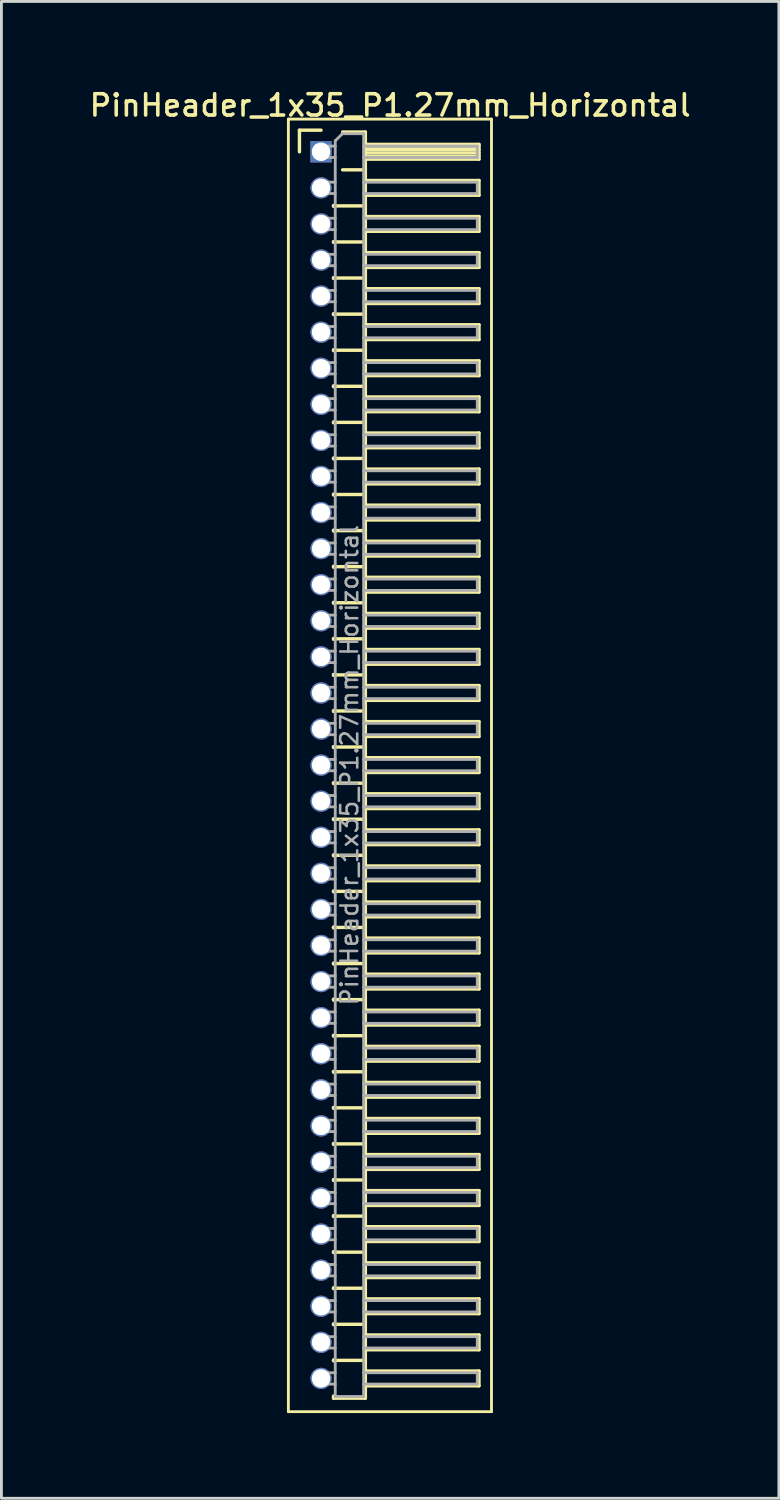
<source format=kicad_pcb>
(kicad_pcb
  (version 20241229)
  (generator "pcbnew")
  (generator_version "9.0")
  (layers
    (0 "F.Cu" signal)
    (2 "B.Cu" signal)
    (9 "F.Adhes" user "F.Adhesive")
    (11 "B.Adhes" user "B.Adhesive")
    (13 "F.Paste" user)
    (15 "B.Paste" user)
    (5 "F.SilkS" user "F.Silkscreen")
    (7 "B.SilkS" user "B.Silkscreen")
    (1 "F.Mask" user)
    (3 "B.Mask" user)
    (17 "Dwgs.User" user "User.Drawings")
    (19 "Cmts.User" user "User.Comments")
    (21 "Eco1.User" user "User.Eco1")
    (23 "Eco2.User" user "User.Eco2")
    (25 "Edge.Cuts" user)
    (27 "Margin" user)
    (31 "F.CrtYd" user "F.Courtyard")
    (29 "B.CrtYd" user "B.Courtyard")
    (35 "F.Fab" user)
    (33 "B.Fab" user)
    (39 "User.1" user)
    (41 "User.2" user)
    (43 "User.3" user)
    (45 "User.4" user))
  (footprint "PinHeader_1x35_P1.27mm_Horizontal"
    (layer "F.Cu")
    (at 8.251 2.293)
    (property "Reference" "PinHeader_1x35_P1.27mm_Horizontal" (at 2.433 -1.635 0) (layer "F.SilkS") (effects (font (size 0.75 0.75) (thickness 0.125))))
    (attr through_hole)
    (fp_line (start -1.15 -1.15) (end -1.15 44.35) (stroke (width 0.1) (type solid)) (layer "F.SilkS"))
    (fp_line (start -1.15 44.35) (end 6 44.35) (stroke (width 0.1) (type solid)) (layer "F.SilkS"))
    (fp_line (start -0.76 -0.76) (end 0 -0.76) (stroke (width 0.12) (type solid)) (layer "F.SilkS"))
    (fp_line (start -0.76 0) (end -0.76 -0.76) (stroke (width 0.12) (type solid)) (layer "F.SilkS"))
    (fp_line (start 0.44 1.89) (end 0.44 1.92) (stroke (width 0.12) (type solid)) (layer "F.SilkS"))
    (fp_line (start 0.44 1.905) (end 1.56 1.905) (stroke (width 0.12) (type solid)) (layer "F.SilkS"))
    (fp_line (start 0.44 3.16) (end 0.44 3.19) (stroke (width 0.12) (type solid)) (layer "F.SilkS"))
    (fp_line (start 0.44 3.175) (end 1.56 3.175) (stroke (width 0.12) (type solid)) (layer "F.SilkS"))
    (fp_line (start 0.44 4.43) (end 0.44 4.46) (stroke (width 0.12) (type solid)) (layer "F.SilkS"))
    (fp_line (start 0.44 4.445) (end 1.56 4.445) (stroke (width 0.12) (type solid)) (layer "F.SilkS"))
    (fp_line (start 0.44 5.7) (end 0.44 5.73) (stroke (width 0.12) (type solid)) (layer "F.SilkS"))
    (fp_line (start 0.44 5.715) (end 1.56 5.715) (stroke (width 0.12) (type solid)) (layer "F.SilkS"))
    (fp_line (start 0.44 6.97) (end 0.44 7) (stroke (width 0.12) (type solid)) (layer "F.SilkS"))
    (fp_line (start 0.44 6.985) (end 1.56 6.985) (stroke (width 0.12) (type solid)) (layer "F.SilkS"))
    (fp_line (start 0.44 8.24) (end 0.44 8.27) (stroke (width 0.12) (type solid)) (layer "F.SilkS"))
    (fp_line (start 0.44 8.255) (end 1.56 8.255) (stroke (width 0.12) (type solid)) (layer "F.SilkS"))
    (fp_line (start 0.44 9.51) (end 0.44 9.54) (stroke (width 0.12) (type solid)) (layer "F.SilkS"))
    (fp_line (start 0.44 9.525) (end 1.56 9.525) (stroke (width 0.12) (type solid)) (layer "F.SilkS"))
    (fp_line (start 0.44 10.78) (end 0.44 10.81) (stroke (width 0.12) (type solid)) (layer "F.SilkS"))
    (fp_line (start 0.44 10.795) (end 1.56 10.795) (stroke (width 0.12) (type solid)) (layer "F.SilkS"))
    (fp_line (start 0.44 12.05) (end 0.44 12.08) (stroke (width 0.12) (type solid)) (layer "F.SilkS"))
    (fp_line (start 0.44 12.065) (end 1.56 12.065) (stroke (width 0.12) (type solid)) (layer "F.SilkS"))
    (fp_line (start 0.44 13.32) (end 0.44 13.35) (stroke (width 0.12) (type solid)) (layer "F.SilkS"))
    (fp_line (start 0.44 13.335) (end 1.56 13.335) (stroke (width 0.12) (type solid)) (layer "F.SilkS"))
    (fp_line (start 0.44 14.59) (end 0.44 14.62) (stroke (width 0.12) (type solid)) (layer "F.SilkS"))
    (fp_line (start 0.44 14.605) (end 1.56 14.605) (stroke (width 0.12) (type solid)) (layer "F.SilkS"))
    (fp_line (start 0.44 15.86) (end 0.44 15.89) (stroke (width 0.12) (type solid)) (layer "F.SilkS"))
    (fp_line (start 0.44 15.875) (end 1.56 15.875) (stroke (width 0.12) (type solid)) (layer "F.SilkS"))
    (fp_line (start 0.44 17.13) (end 0.44 17.16) (stroke (width 0.12) (type solid)) (layer "F.SilkS"))
    (fp_line (start 0.44 17.145) (end 1.56 17.145) (stroke (width 0.12) (type solid)) (layer "F.SilkS"))
    (fp_line (start 0.44 18.4) (end 0.44 18.43) (stroke (width 0.12) (type solid)) (layer "F.SilkS"))
    (fp_line (start 0.44 18.415) (end 1.56 18.415) (stroke (width 0.12) (type solid)) (layer "F.SilkS"))
    (fp_line (start 0.44 19.67) (end 0.44 19.7) (stroke (width 0.12) (type solid)) (layer "F.SilkS"))
    (fp_line (start 0.44 19.685) (end 1.56 19.685) (stroke (width 0.12) (type solid)) (layer "F.SilkS"))
    (fp_line (start 0.44 20.94) (end 0.44 20.97) (stroke (width 0.12) (type solid)) (layer "F.SilkS"))
    (fp_line (start 0.44 20.955) (end 1.56 20.955) (stroke (width 0.12) (type solid)) (layer "F.SilkS"))
    (fp_line (start 0.44 22.21) (end 0.44 22.24) (stroke (width 0.12) (type solid)) (layer "F.SilkS"))
    (fp_line (start 0.44 22.225) (end 1.56 22.225) (stroke (width 0.12) (type solid)) (layer "F.SilkS"))
    (fp_line (start 0.44 23.48) (end 0.44 23.51) (stroke (width 0.12) (type solid)) (layer "F.SilkS"))
    (fp_line (start 0.44 23.495) (end 1.56 23.495) (stroke (width 0.12) (type solid)) (layer "F.SilkS"))
    (fp_line (start 0.44 24.75) (end 0.44 24.78) (stroke (width 0.12) (type solid)) (layer "F.SilkS"))
    (fp_line (start 0.44 24.765) (end 1.56 24.765) (stroke (width 0.12) (type solid)) (layer "F.SilkS"))
    (fp_line (start 0.44 26.02) (end 0.44 26.05) (stroke (width 0.12) (type solid)) (layer "F.SilkS"))
    (fp_line (start 0.44 26.035) (end 1.56 26.035) (stroke (width 0.12) (type solid)) (layer "F.SilkS"))
    (fp_line (start 0.44 27.29) (end 0.44 27.32) (stroke (width 0.12) (type solid)) (layer "F.SilkS"))
    (fp_line (start 0.44 27.305) (end 1.56 27.305) (stroke (width 0.12) (type solid)) (layer "F.SilkS"))
    (fp_line (start 0.44 28.56) (end 0.44 28.59) (stroke (width 0.12) (type solid)) (layer "F.SilkS"))
    (fp_line (start 0.44 28.575) (end 1.56 28.575) (stroke (width 0.12) (type solid)) (layer "F.SilkS"))
    (fp_line (start 0.44 29.83) (end 0.44 29.86) (stroke (width 0.12) (type solid)) (layer "F.SilkS"))
    (fp_line (start 0.44 29.845) (end 1.56 29.845) (stroke (width 0.12) (type solid)) (layer "F.SilkS"))
    (fp_line (start 0.44 31.1) (end 0.44 31.13) (stroke (width 0.12) (type solid)) (layer "F.SilkS"))
    (fp_line (start 0.44 31.115) (end 1.56 31.115) (stroke (width 0.12) (type solid)) (layer "F.SilkS"))
    (fp_line (start 0.44 32.37) (end 0.44 32.4) (stroke (width 0.12) (type solid)) (layer "F.SilkS"))
    (fp_line (start 0.44 32.385) (end 1.56 32.385) (stroke (width 0.12) (type solid)) (layer "F.SilkS"))
    (fp_line (start 0.44 33.64) (end 0.44 33.67) (stroke (width 0.12) (type solid)) (layer "F.SilkS"))
    (fp_line (start 0.44 33.655) (end 1.56 33.655) (stroke (width 0.12) (type solid)) (layer "F.SilkS"))
    (fp_line (start 0.44 34.91) (end 0.44 34.94) (stroke (width 0.12) (type solid)) (layer "F.SilkS"))
    (fp_line (start 0.44 34.925) (end 1.56 34.925) (stroke (width 0.12) (type solid)) (layer "F.SilkS"))
    (fp_line (start 0.44 36.18) (end 0.44 36.21) (stroke (width 0.12) (type solid)) (layer "F.SilkS"))
    (fp_line (start 0.44 36.195) (end 1.56 36.195) (stroke (width 0.12) (type solid)) (layer "F.SilkS"))
    (fp_line (start 0.44 37.45) (end 0.44 37.48) (stroke (width 0.12) (type solid)) (layer "F.SilkS"))
    (fp_line (start 0.44 37.465) (end 1.56 37.465) (stroke (width 0.12) (type solid)) (layer "F.SilkS"))
    (fp_line (start 0.44 38.72) (end 0.44 38.75) (stroke (width 0.12) (type solid)) (layer "F.SilkS"))
    (fp_line (start 0.44 38.735) (end 1.56 38.735) (stroke (width 0.12) (type solid)) (layer "F.SilkS"))
    (fp_line (start 0.44 39.99) (end 0.44 40.02) (stroke (width 0.12) (type solid)) (layer "F.SilkS"))
    (fp_line (start 0.44 40.005) (end 1.56 40.005) (stroke (width 0.12) (type solid)) (layer "F.SilkS"))
    (fp_line (start 0.44 41.26) (end 0.44 41.29) (stroke (width 0.12) (type solid)) (layer "F.SilkS"))
    (fp_line (start 0.44 41.275) (end 1.56 41.275) (stroke (width 0.12) (type solid)) (layer "F.SilkS"))
    (fp_line (start 0.44 42.53) (end 0.44 42.56) (stroke (width 0.12) (type solid)) (layer "F.SilkS"))
    (fp_line (start 0.44 42.545) (end 1.56 42.545) (stroke (width 0.12) (type solid)) (layer "F.SilkS"))
    (fp_line (start 0.44 43.875) (end 0.44 43.8) (stroke (width 0.12) (type solid)) (layer "F.SilkS"))
    (fp_line (start 0.76 -0.695) (end 1.56 -0.695) (stroke (width 0.12) (type solid)) (layer "F.SilkS"))
    (fp_line (start 0.76 0.635) (end 1.56 0.635) (stroke (width 0.12) (type solid)) (layer "F.SilkS"))
    (fp_line (start 1.56 -0.695) (end 1.56 43.875) (stroke (width 0.12) (type solid)) (layer "F.SilkS"))
    (fp_line (start 1.56 -0.26) (end 5.56 -0.26) (stroke (width 0.12) (type solid)) (layer "F.SilkS"))
    (fp_line (start 1.56 -0.2) (end 5.56 -0.2) (stroke (width 0.12) (type solid)) (layer "F.SilkS"))
    (fp_line (start 1.56 -0.08) (end 5.56 -0.08) (stroke (width 0.12) (type solid)) (layer "F.SilkS"))
    (fp_line (start 1.56 0.04) (end 5.56 0.04) (stroke (width 0.12) (type solid)) (layer "F.SilkS"))
    (fp_line (start 1.56 0.16) (end 5.56 0.16) (stroke (width 0.12) (type solid)) (layer "F.SilkS"))
    (fp_line (start 1.56 1.01) (end 5.56 1.01) (stroke (width 0.12) (type solid)) (layer "F.SilkS"))
    (fp_line (start 1.56 2.28) (end 5.56 2.28) (stroke (width 0.12) (type solid)) (layer "F.SilkS"))
    (fp_line (start 1.56 3.55) (end 5.56 3.55) (stroke (width 0.12) (type solid)) (layer "F.SilkS"))
    (fp_line (start 1.56 4.82) (end 5.56 4.82) (stroke (width 0.12) (type solid)) (layer "F.SilkS"))
    (fp_line (start 1.56 6.09) (end 5.56 6.09) (stroke (width 0.12) (type solid)) (layer "F.SilkS"))
    (fp_line (start 1.56 7.36) (end 5.56 7.36) (stroke (width 0.12) (type solid)) (layer "F.SilkS"))
    (fp_line (start 1.56 8.63) (end 5.56 8.63) (stroke (width 0.12) (type solid)) (layer "F.SilkS"))
    (fp_line (start 1.56 9.9) (end 5.56 9.9) (stroke (width 0.12) (type solid)) (layer "F.SilkS"))
    (fp_line (start 1.56 11.17) (end 5.56 11.17) (stroke (width 0.12) (type solid)) (layer "F.SilkS"))
    (fp_line (start 1.56 12.44) (end 5.56 12.44) (stroke (width 0.12) (type solid)) (layer "F.SilkS"))
    (fp_line (start 1.56 13.71) (end 5.56 13.71) (stroke (width 0.12) (type solid)) (layer "F.SilkS"))
    (fp_line (start 1.56 14.98) (end 5.56 14.98) (stroke (width 0.12) (type solid)) (layer "F.SilkS"))
    (fp_line (start 1.56 16.25) (end 5.56 16.25) (stroke (width 0.12) (type solid)) (layer "F.SilkS"))
    (fp_line (start 1.56 17.52) (end 5.56 17.52) (stroke (width 0.12) (type solid)) (layer "F.SilkS"))
    (fp_line (start 1.56 18.79) (end 5.56 18.79) (stroke (width 0.12) (type solid)) (layer "F.SilkS"))
    (fp_line (start 1.56 20.06) (end 5.56 20.06) (stroke (width 0.12) (type solid)) (layer "F.SilkS"))
    (fp_line (start 1.56 21.33) (end 5.56 21.33) (stroke (width 0.12) (type solid)) (layer "F.SilkS"))
    (fp_line (start 1.56 22.6) (end 5.56 22.6) (stroke (width 0.12) (type solid)) (layer "F.SilkS"))
    (fp_line (start 1.56 23.87) (end 5.56 23.87) (stroke (width 0.12) (type solid)) (layer "F.SilkS"))
    (fp_line (start 1.56 25.14) (end 5.56 25.14) (stroke (width 0.12) (type solid)) (layer "F.SilkS"))
    (fp_line (start 1.56 26.41) (end 5.56 26.41) (stroke (width 0.12) (type solid)) (layer "F.SilkS"))
    (fp_line (start 1.56 27.68) (end 5.56 27.68) (stroke (width 0.12) (type solid)) (layer "F.SilkS"))
    (fp_line (start 1.56 28.95) (end 5.56 28.95) (stroke (width 0.12) (type solid)) (layer "F.SilkS"))
    (fp_line (start 1.56 30.22) (end 5.56 30.22) (stroke (width 0.12) (type solid)) (layer "F.SilkS"))
    (fp_line (start 1.56 31.49) (end 5.56 31.49) (stroke (width 0.12) (type solid)) (layer "F.SilkS"))
    (fp_line (start 1.56 32.76) (end 5.56 32.76) (stroke (width 0.12) (type solid)) (layer "F.SilkS"))
    (fp_line (start 1.56 34.03) (end 5.56 34.03) (stroke (width 0.12) (type solid)) (layer "F.SilkS"))
    (fp_line (start 1.56 35.3) (end 5.56 35.3) (stroke (width 0.12) (type solid)) (layer "F.SilkS"))
    (fp_line (start 1.56 36.57) (end 5.56 36.57) (stroke (width 0.12) (type solid)) (layer "F.SilkS"))
    (fp_line (start 1.56 37.84) (end 5.56 37.84) (stroke (width 0.12) (type solid)) (layer "F.SilkS"))
    (fp_line (start 1.56 39.11) (end 5.56 39.11) (stroke (width 0.12) (type solid)) (layer "F.SilkS"))
    (fp_line (start 1.56 40.38) (end 5.56 40.38) (stroke (width 0.12) (type solid)) (layer "F.SilkS"))
    (fp_line (start 1.56 41.65) (end 5.56 41.65) (stroke (width 0.12) (type solid)) (layer "F.SilkS"))
    (fp_line (start 1.56 42.92) (end 5.56 42.92) (stroke (width 0.12) (type solid)) (layer "F.SilkS"))
    (fp_line (start 1.56 43.875) (end 0.44 43.875) (stroke (width 0.12) (type solid)) (layer "F.SilkS"))
    (fp_line (start 5.56 -0.26) (end 5.56 0.26) (stroke (width 0.12) (type solid)) (layer "F.SilkS"))
    (fp_line (start 5.56 0.26) (end 1.56 0.26) (stroke (width 0.12) (type solid)) (layer "F.SilkS"))
    (fp_line (start 5.56 1.01) (end 5.56 1.53) (stroke (width 0.12) (type solid)) (layer "F.SilkS"))
    (fp_line (start 5.56 1.53) (end 1.56 1.53) (stroke (width 0.12) (type solid)) (layer "F.SilkS"))
    (fp_line (start 5.56 2.28) (end 5.56 2.8) (stroke (width 0.12) (type solid)) (layer "F.SilkS"))
    (fp_line (start 5.56 2.8) (end 1.56 2.8) (stroke (width 0.12) (type solid)) (layer "F.SilkS"))
    (fp_line (start 5.56 3.55) (end 5.56 4.07) (stroke (width 0.12) (type solid)) (layer "F.SilkS"))
    (fp_line (start 5.56 4.07) (end 1.56 4.07) (stroke (width 0.12) (type solid)) (layer "F.SilkS"))
    (fp_line (start 5.56 4.82) (end 5.56 5.34) (stroke (width 0.12) (type solid)) (layer "F.SilkS"))
    (fp_line (start 5.56 5.34) (end 1.56 5.34) (stroke (width 0.12) (type solid)) (layer "F.SilkS"))
    (fp_line (start 5.56 6.09) (end 5.56 6.61) (stroke (width 0.12) (type solid)) (layer "F.SilkS"))
    (fp_line (start 5.56 6.61) (end 1.56 6.61) (stroke (width 0.12) (type solid)) (layer "F.SilkS"))
    (fp_line (start 5.56 7.36) (end 5.56 7.88) (stroke (width 0.12) (type solid)) (layer "F.SilkS"))
    (fp_line (start 5.56 7.88) (end 1.56 7.88) (stroke (width 0.12) (type solid)) (layer "F.SilkS"))
    (fp_line (start 5.56 8.63) (end 5.56 9.15) (stroke (width 0.12) (type solid)) (layer "F.SilkS"))
    (fp_line (start 5.56 9.15) (end 1.56 9.15) (stroke (width 0.12) (type solid)) (layer "F.SilkS"))
    (fp_line (start 5.56 9.9) (end 5.56 10.42) (stroke (width 0.12) (type solid)) (layer "F.SilkS"))
    (fp_line (start 5.56 10.42) (end 1.56 10.42) (stroke (width 0.12) (type solid)) (layer "F.SilkS"))
    (fp_line (start 5.56 11.17) (end 5.56 11.69) (stroke (width 0.12) (type solid)) (layer "F.SilkS"))
    (fp_line (start 5.56 11.69) (end 1.56 11.69) (stroke (width 0.12) (type solid)) (layer "F.SilkS"))
    (fp_line (start 5.56 12.44) (end 5.56 12.96) (stroke (width 0.12) (type solid)) (layer "F.SilkS"))
    (fp_line (start 5.56 12.96) (end 1.56 12.96) (stroke (width 0.12) (type solid)) (layer "F.SilkS"))
    (fp_line (start 5.56 13.71) (end 5.56 14.23) (stroke (width 0.12) (type solid)) (layer "F.SilkS"))
    (fp_line (start 5.56 14.23) (end 1.56 14.23) (stroke (width 0.12) (type solid)) (layer "F.SilkS"))
    (fp_line (start 5.56 14.98) (end 5.56 15.5) (stroke (width 0.12) (type solid)) (layer "F.SilkS"))
    (fp_line (start 5.56 15.5) (end 1.56 15.5) (stroke (width 0.12) (type solid)) (layer "F.SilkS"))
    (fp_line (start 5.56 16.25) (end 5.56 16.77) (stroke (width 0.12) (type solid)) (layer "F.SilkS"))
    (fp_line (start 5.56 16.77) (end 1.56 16.77) (stroke (width 0.12) (type solid)) (layer "F.SilkS"))
    (fp_line (start 5.56 17.52) (end 5.56 18.04) (stroke (width 0.12) (type solid)) (layer "F.SilkS"))
    (fp_line (start 5.56 18.04) (end 1.56 18.04) (stroke (width 0.12) (type solid)) (layer "F.SilkS"))
    (fp_line (start 5.56 18.79) (end 5.56 19.31) (stroke (width 0.12) (type solid)) (layer "F.SilkS"))
    (fp_line (start 5.56 19.31) (end 1.56 19.31) (stroke (width 0.12) (type solid)) (layer "F.SilkS"))
    (fp_line (start 5.56 20.06) (end 5.56 20.58) (stroke (width 0.12) (type solid)) (layer "F.SilkS"))
    (fp_line (start 5.56 20.58) (end 1.56 20.58) (stroke (width 0.12) (type solid)) (layer "F.SilkS"))
    (fp_line (start 5.56 21.33) (end 5.56 21.85) (stroke (width 0.12) (type solid)) (layer "F.SilkS"))
    (fp_line (start 5.56 21.85) (end 1.56 21.85) (stroke (width 0.12) (type solid)) (layer "F.SilkS"))
    (fp_line (start 5.56 22.6) (end 5.56 23.12) (stroke (width 0.12) (type solid)) (layer "F.SilkS"))
    (fp_line (start 5.56 23.12) (end 1.56 23.12) (stroke (width 0.12) (type solid)) (layer "F.SilkS"))
    (fp_line (start 5.56 23.87) (end 5.56 24.39) (stroke (width 0.12) (type solid)) (layer "F.SilkS"))
    (fp_line (start 5.56 24.39) (end 1.56 24.39) (stroke (width 0.12) (type solid)) (layer "F.SilkS"))
    (fp_line (start 5.56 25.14) (end 5.56 25.66) (stroke (width 0.12) (type solid)) (layer "F.SilkS"))
    (fp_line (start 5.56 25.66) (end 1.56 25.66) (stroke (width 0.12) (type solid)) (layer "F.SilkS"))
    (fp_line (start 5.56 26.41) (end 5.56 26.93) (stroke (width 0.12) (type solid)) (layer "F.SilkS"))
    (fp_line (start 5.56 26.93) (end 1.56 26.93) (stroke (width 0.12) (type solid)) (layer "F.SilkS"))
    (fp_line (start 5.56 27.68) (end 5.56 28.2) (stroke (width 0.12) (type solid)) (layer "F.SilkS"))
    (fp_line (start 5.56 28.2) (end 1.56 28.2) (stroke (width 0.12) (type solid)) (layer "F.SilkS"))
    (fp_line (start 5.56 28.95) (end 5.56 29.47) (stroke (width 0.12) (type solid)) (layer "F.SilkS"))
    (fp_line (start 5.56 29.47) (end 1.56 29.47) (stroke (width 0.12) (type solid)) (layer "F.SilkS"))
    (fp_line (start 5.56 30.22) (end 5.56 30.74) (stroke (width 0.12) (type solid)) (layer "F.SilkS"))
    (fp_line (start 5.56 30.74) (end 1.56 30.74) (stroke (width 0.12) (type solid)) (layer "F.SilkS"))
    (fp_line (start 5.56 31.49) (end 5.56 32.01) (stroke (width 0.12) (type solid)) (layer "F.SilkS"))
    (fp_line (start 5.56 32.01) (end 1.56 32.01) (stroke (width 0.12) (type solid)) (layer "F.SilkS"))
    (fp_line (start 5.56 32.76) (end 5.56 33.28) (stroke (width 0.12) (type solid)) (layer "F.SilkS"))
    (fp_line (start 5.56 33.28) (end 1.56 33.28) (stroke (width 0.12) (type solid)) (layer "F.SilkS"))
    (fp_line (start 5.56 34.03) (end 5.56 34.55) (stroke (width 0.12) (type solid)) (layer "F.SilkS"))
    (fp_line (start 5.56 34.55) (end 1.56 34.55) (stroke (width 0.12) (type solid)) (layer "F.SilkS"))
    (fp_line (start 5.56 35.3) (end 5.56 35.82) (stroke (width 0.12) (type solid)) (layer "F.SilkS"))
    (fp_line (start 5.56 35.82) (end 1.56 35.82) (stroke (width 0.12) (type solid)) (layer "F.SilkS"))
    (fp_line (start 5.56 36.57) (end 5.56 37.09) (stroke (width 0.12) (type solid)) (layer "F.SilkS"))
    (fp_line (start 5.56 37.09) (end 1.56 37.09) (stroke (width 0.12) (type solid)) (layer "F.SilkS"))
    (fp_line (start 5.56 37.84) (end 5.56 38.36) (stroke (width 0.12) (type solid)) (layer "F.SilkS"))
    (fp_line (start 5.56 38.36) (end 1.56 38.36) (stroke (width 0.12) (type solid)) (layer "F.SilkS"))
    (fp_line (start 5.56 39.11) (end 5.56 39.63) (stroke (width 0.12) (type solid)) (layer "F.SilkS"))
    (fp_line (start 5.56 39.63) (end 1.56 39.63) (stroke (width 0.12) (type solid)) (layer "F.SilkS"))
    (fp_line (start 5.56 40.38) (end 5.56 40.9) (stroke (width 0.12) (type solid)) (layer "F.SilkS"))
    (fp_line (start 5.56 40.9) (end 1.56 40.9) (stroke (width 0.12) (type solid)) (layer "F.SilkS"))
    (fp_line (start 5.56 41.65) (end 5.56 42.17) (stroke (width 0.12) (type solid)) (layer "F.SilkS"))
    (fp_line (start 5.56 42.17) (end 1.56 42.17) (stroke (width 0.12) (type solid)) (layer "F.SilkS"))
    (fp_line (start 5.56 42.92) (end 5.56 43.44) (stroke (width 0.12) (type solid)) (layer "F.SilkS"))
    (fp_line (start 5.56 43.44) (end 1.56 43.44) (stroke (width 0.12) (type solid)) (layer "F.SilkS"))
    (fp_line (start 6 -1.15) (end -1.15 -1.15) (stroke (width 0.1) (type solid)) (layer "F.SilkS"))
    (fp_line (start 6 44.35) (end 6 -1.15) (stroke (width 0.1) (type solid)) (layer "F.SilkS"))
    (fp_line (start -0.2 -0.2) (end -0.2 0.2) (stroke (width 0.1) (type solid)) (layer "F.Fab"))
    (fp_line (start -0.2 -0.2) (end 0.5 -0.2) (stroke (width 0.1) (type solid)) (layer "F.Fab"))
    (fp_line (start -0.2 0.2) (end 0.5 0.2) (stroke (width 0.1) (type solid)) (layer "F.Fab"))
    (fp_line (start -0.2 1.07) (end -0.2 1.47) (stroke (width 0.1) (type solid)) (layer "F.Fab"))
    (fp_line (start -0.2 1.07) (end 0.5 1.07) (stroke (width 0.1) (type solid)) (layer "F.Fab"))
    (fp_line (start -0.2 1.47) (end 0.5 1.47) (stroke (width 0.1) (type solid)) (layer "F.Fab"))
    (fp_line (start -0.2 2.34) (end -0.2 2.74) (stroke (width 0.1) (type solid)) (layer "F.Fab"))
    (fp_line (start -0.2 2.34) (end 0.5 2.34) (stroke (width 0.1) (type solid)) (layer "F.Fab"))
    (fp_line (start -0.2 2.74) (end 0.5 2.74) (stroke (width 0.1) (type solid)) (layer "F.Fab"))
    (fp_line (start -0.2 3.61) (end -0.2 4.01) (stroke (width 0.1) (type solid)) (layer "F.Fab"))
    (fp_line (start -0.2 3.61) (end 0.5 3.61) (stroke (width 0.1) (type solid)) (layer "F.Fab"))
    (fp_line (start -0.2 4.01) (end 0.5 4.01) (stroke (width 0.1) (type solid)) (layer "F.Fab"))
    (fp_line (start -0.2 4.88) (end -0.2 5.28) (stroke (width 0.1) (type solid)) (layer "F.Fab"))
    (fp_line (start -0.2 4.88) (end 0.5 4.88) (stroke (width 0.1) (type solid)) (layer "F.Fab"))
    (fp_line (start -0.2 5.28) (end 0.5 5.28) (stroke (width 0.1) (type solid)) (layer "F.Fab"))
    (fp_line (start -0.2 6.15) (end -0.2 6.55) (stroke (width 0.1) (type solid)) (layer "F.Fab"))
    (fp_line (start -0.2 6.15) (end 0.5 6.15) (stroke (width 0.1) (type solid)) (layer "F.Fab"))
    (fp_line (start -0.2 6.55) (end 0.5 6.55) (stroke (width 0.1) (type solid)) (layer "F.Fab"))
    (fp_line (start -0.2 7.42) (end -0.2 7.82) (stroke (width 0.1) (type solid)) (layer "F.Fab"))
    (fp_line (start -0.2 7.42) (end 0.5 7.42) (stroke (width 0.1) (type solid)) (layer "F.Fab"))
    (fp_line (start -0.2 7.82) (end 0.5 7.82) (stroke (width 0.1) (type solid)) (layer "F.Fab"))
    (fp_line (start -0.2 8.69) (end -0.2 9.09) (stroke (width 0.1) (type solid)) (layer "F.Fab"))
    (fp_line (start -0.2 8.69) (end 0.5 8.69) (stroke (width 0.1) (type solid)) (layer "F.Fab"))
    (fp_line (start -0.2 9.09) (end 0.5 9.09) (stroke (width 0.1) (type solid)) (layer "F.Fab"))
    (fp_line (start -0.2 9.96) (end -0.2 10.36) (stroke (width 0.1) (type solid)) (layer "F.Fab"))
    (fp_line (start -0.2 9.96) (end 0.5 9.96) (stroke (width 0.1) (type solid)) (layer "F.Fab"))
    (fp_line (start -0.2 10.36) (end 0.5 10.36) (stroke (width 0.1) (type solid)) (layer "F.Fab"))
    (fp_line (start -0.2 11.23) (end -0.2 11.63) (stroke (width 0.1) (type solid)) (layer "F.Fab"))
    (fp_line (start -0.2 11.23) (end 0.5 11.23) (stroke (width 0.1) (type solid)) (layer "F.Fab"))
    (fp_line (start -0.2 11.63) (end 0.5 11.63) (stroke (width 0.1) (type solid)) (layer "F.Fab"))
    (fp_line (start -0.2 12.5) (end -0.2 12.9) (stroke (width 0.1) (type solid)) (layer "F.Fab"))
    (fp_line (start -0.2 12.5) (end 0.5 12.5) (stroke (width 0.1) (type solid)) (layer "F.Fab"))
    (fp_line (start -0.2 12.9) (end 0.5 12.9) (stroke (width 0.1) (type solid)) (layer "F.Fab"))
    (fp_line (start -0.2 13.77) (end -0.2 14.17) (stroke (width 0.1) (type solid)) (layer "F.Fab"))
    (fp_line (start -0.2 13.77) (end 0.5 13.77) (stroke (width 0.1) (type solid)) (layer "F.Fab"))
    (fp_line (start -0.2 14.17) (end 0.5 14.17) (stroke (width 0.1) (type solid)) (layer "F.Fab"))
    (fp_line (start -0.2 15.04) (end -0.2 15.44) (stroke (width 0.1) (type solid)) (layer "F.Fab"))
    (fp_line (start -0.2 15.04) (end 0.5 15.04) (stroke (width 0.1) (type solid)) (layer "F.Fab"))
    (fp_line (start -0.2 15.44) (end 0.5 15.44) (stroke (width 0.1) (type solid)) (layer "F.Fab"))
    (fp_line (start -0.2 16.31) (end -0.2 16.71) (stroke (width 0.1) (type solid)) (layer "F.Fab"))
    (fp_line (start -0.2 16.31) (end 0.5 16.31) (stroke (width 0.1) (type solid)) (layer "F.Fab"))
    (fp_line (start -0.2 16.71) (end 0.5 16.71) (stroke (width 0.1) (type solid)) (layer "F.Fab"))
    (fp_line (start -0.2 17.58) (end -0.2 17.98) (stroke (width 0.1) (type solid)) (layer "F.Fab"))
    (fp_line (start -0.2 17.58) (end 0.5 17.58) (stroke (width 0.1) (type solid)) (layer "F.Fab"))
    (fp_line (start -0.2 17.98) (end 0.5 17.98) (stroke (width 0.1) (type solid)) (layer "F.Fab"))
    (fp_line (start -0.2 18.85) (end -0.2 19.25) (stroke (width 0.1) (type solid)) (layer "F.Fab"))
    (fp_line (start -0.2 18.85) (end 0.5 18.85) (stroke (width 0.1) (type solid)) (layer "F.Fab"))
    (fp_line (start -0.2 19.25) (end 0.5 19.25) (stroke (width 0.1) (type solid)) (layer "F.Fab"))
    (fp_line (start -0.2 20.12) (end -0.2 20.52) (stroke (width 0.1) (type solid)) (layer "F.Fab"))
    (fp_line (start -0.2 20.12) (end 0.5 20.12) (stroke (width 0.1) (type solid)) (layer "F.Fab"))
    (fp_line (start -0.2 20.52) (end 0.5 20.52) (stroke (width 0.1) (type solid)) (layer "F.Fab"))
    (fp_line (start -0.2 21.39) (end -0.2 21.79) (stroke (width 0.1) (type solid)) (layer "F.Fab"))
    (fp_line (start -0.2 21.39) (end 0.5 21.39) (stroke (width 0.1) (type solid)) (layer "F.Fab"))
    (fp_line (start -0.2 21.79) (end 0.5 21.79) (stroke (width 0.1) (type solid)) (layer "F.Fab"))
    (fp_line (start -0.2 22.66) (end -0.2 23.06) (stroke (width 0.1) (type solid)) (layer "F.Fab"))
    (fp_line (start -0.2 22.66) (end 0.5 22.66) (stroke (width 0.1) (type solid)) (layer "F.Fab"))
    (fp_line (start -0.2 23.06) (end 0.5 23.06) (stroke (width 0.1) (type solid)) (layer "F.Fab"))
    (fp_line (start -0.2 23.93) (end -0.2 24.33) (stroke (width 0.1) (type solid)) (layer "F.Fab"))
    (fp_line (start -0.2 23.93) (end 0.5 23.93) (stroke (width 0.1) (type solid)) (layer "F.Fab"))
    (fp_line (start -0.2 24.33) (end 0.5 24.33) (stroke (width 0.1) (type solid)) (layer "F.Fab"))
    (fp_line (start -0.2 25.2) (end -0.2 25.6) (stroke (width 0.1) (type solid)) (layer "F.Fab"))
    (fp_line (start -0.2 25.2) (end 0.5 25.2) (stroke (width 0.1) (type solid)) (layer "F.Fab"))
    (fp_line (start -0.2 25.6) (end 0.5 25.6) (stroke (width 0.1) (type solid)) (layer "F.Fab"))
    (fp_line (start -0.2 26.47) (end -0.2 26.87) (stroke (width 0.1) (type solid)) (layer "F.Fab"))
    (fp_line (start -0.2 26.47) (end 0.5 26.47) (stroke (width 0.1) (type solid)) (layer "F.Fab"))
    (fp_line (start -0.2 26.87) (end 0.5 26.87) (stroke (width 0.1) (type solid)) (layer "F.Fab"))
    (fp_line (start -0.2 27.74) (end -0.2 28.14) (stroke (width 0.1) (type solid)) (layer "F.Fab"))
    (fp_line (start -0.2 27.74) (end 0.5 27.74) (stroke (width 0.1) (type solid)) (layer "F.Fab"))
    (fp_line (start -0.2 28.14) (end 0.5 28.14) (stroke (width 0.1) (type solid)) (layer "F.Fab"))
    (fp_line (start -0.2 29.01) (end -0.2 29.41) (stroke (width 0.1) (type solid)) (layer "F.Fab"))
    (fp_line (start -0.2 29.01) (end 0.5 29.01) (stroke (width 0.1) (type solid)) (layer "F.Fab"))
    (fp_line (start -0.2 29.41) (end 0.5 29.41) (stroke (width 0.1) (type solid)) (layer "F.Fab"))
    (fp_line (start -0.2 30.28) (end -0.2 30.68) (stroke (width 0.1) (type solid)) (layer "F.Fab"))
    (fp_line (start -0.2 30.28) (end 0.5 30.28) (stroke (width 0.1) (type solid)) (layer "F.Fab"))
    (fp_line (start -0.2 30.68) (end 0.5 30.68) (stroke (width 0.1) (type solid)) (layer "F.Fab"))
    (fp_line (start -0.2 31.55) (end -0.2 31.95) (stroke (width 0.1) (type solid)) (layer "F.Fab"))
    (fp_line (start -0.2 31.55) (end 0.5 31.55) (stroke (width 0.1) (type solid)) (layer "F.Fab"))
    (fp_line (start -0.2 31.95) (end 0.5 31.95) (stroke (width 0.1) (type solid)) (layer "F.Fab"))
    (fp_line (start -0.2 32.82) (end -0.2 33.22) (stroke (width 0.1) (type solid)) (layer "F.Fab"))
    (fp_line (start -0.2 32.82) (end 0.5 32.82) (stroke (width 0.1) (type solid)) (layer "F.Fab"))
    (fp_line (start -0.2 33.22) (end 0.5 33.22) (stroke (width 0.1) (type solid)) (layer "F.Fab"))
    (fp_line (start -0.2 34.09) (end -0.2 34.49) (stroke (width 0.1) (type solid)) (layer "F.Fab"))
    (fp_line (start -0.2 34.09) (end 0.5 34.09) (stroke (width 0.1) (type solid)) (layer "F.Fab"))
    (fp_line (start -0.2 34.49) (end 0.5 34.49) (stroke (width 0.1) (type solid)) (layer "F.Fab"))
    (fp_line (start -0.2 35.36) (end -0.2 35.76) (stroke (width 0.1) (type solid)) (layer "F.Fab"))
    (fp_line (start -0.2 35.36) (end 0.5 35.36) (stroke (width 0.1) (type solid)) (layer "F.Fab"))
    (fp_line (start -0.2 35.76) (end 0.5 35.76) (stroke (width 0.1) (type solid)) (layer "F.Fab"))
    (fp_line (start -0.2 36.63) (end -0.2 37.03) (stroke (width 0.1) (type solid)) (layer "F.Fab"))
    (fp_line (start -0.2 36.63) (end 0.5 36.63) (stroke (width 0.1) (type solid)) (layer "F.Fab"))
    (fp_line (start -0.2 37.03) (end 0.5 37.03) (stroke (width 0.1) (type solid)) (layer "F.Fab"))
    (fp_line (start -0.2 37.9) (end -0.2 38.3) (stroke (width 0.1) (type solid)) (layer "F.Fab"))
    (fp_line (start -0.2 37.9) (end 0.5 37.9) (stroke (width 0.1) (type solid)) (layer "F.Fab"))
    (fp_line (start -0.2 38.3) (end 0.5 38.3) (stroke (width 0.1) (type solid)) (layer "F.Fab"))
    (fp_line (start -0.2 39.17) (end -0.2 39.57) (stroke (width 0.1) (type solid)) (layer "F.Fab"))
    (fp_line (start -0.2 39.17) (end 0.5 39.17) (stroke (width 0.1) (type solid)) (layer "F.Fab"))
    (fp_line (start -0.2 39.57) (end 0.5 39.57) (stroke (width 0.1) (type solid)) (layer "F.Fab"))
    (fp_line (start -0.2 40.44) (end -0.2 40.84) (stroke (width 0.1) (type solid)) (layer "F.Fab"))
    (fp_line (start -0.2 40.44) (end 0.5 40.44) (stroke (width 0.1) (type solid)) (layer "F.Fab"))
    (fp_line (start -0.2 40.84) (end 0.5 40.84) (stroke (width 0.1) (type solid)) (layer "F.Fab"))
    (fp_line (start -0.2 41.71) (end -0.2 42.11) (stroke (width 0.1) (type solid)) (layer "F.Fab"))
    (fp_line (start -0.2 41.71) (end 0.5 41.71) (stroke (width 0.1) (type solid)) (layer "F.Fab"))
    (fp_line (start -0.2 42.11) (end 0.5 42.11) (stroke (width 0.1) (type solid)) (layer "F.Fab"))
    (fp_line (start -0.2 42.98) (end -0.2 43.38) (stroke (width 0.1) (type solid)) (layer "F.Fab"))
    (fp_line (start -0.2 42.98) (end 0.5 42.98) (stroke (width 0.1) (type solid)) (layer "F.Fab"))
    (fp_line (start -0.2 43.38) (end 0.5 43.38) (stroke (width 0.1) (type solid)) (layer "F.Fab"))
    (fp_line (start 0.5 -0.385) (end 0.75 -0.635) (stroke (width 0.1) (type solid)) (layer "F.Fab"))
    (fp_line (start 0.5 43.815) (end 0.5 -0.385) (stroke (width 0.1) (type solid)) (layer "F.Fab"))
    (fp_line (start 0.75 -0.635) (end 1.5 -0.635) (stroke (width 0.1) (type solid)) (layer "F.Fab"))
    (fp_line (start 1.5 -0.635) (end 1.5 43.815) (stroke (width 0.1) (type solid)) (layer "F.Fab"))
    (fp_line (start 1.5 -0.2) (end 5.5 -0.2) (stroke (width 0.1) (type solid)) (layer "F.Fab"))
    (fp_line (start 1.5 0.2) (end 5.5 0.2) (stroke (width 0.1) (type solid)) (layer "F.Fab"))
    (fp_line (start 1.5 1.07) (end 5.5 1.07) (stroke (width 0.1) (type solid)) (layer "F.Fab"))
    (fp_line (start 1.5 1.47) (end 5.5 1.47) (stroke (width 0.1) (type solid)) (layer "F.Fab"))
    (fp_line (start 1.5 2.34) (end 5.5 2.34) (stroke (width 0.1) (type solid)) (layer "F.Fab"))
    (fp_line (start 1.5 2.74) (end 5.5 2.74) (stroke (width 0.1) (type solid)) (layer "F.Fab"))
    (fp_line (start 1.5 3.61) (end 5.5 3.61) (stroke (width 0.1) (type solid)) (layer "F.Fab"))
    (fp_line (start 1.5 4.01) (end 5.5 4.01) (stroke (width 0.1) (type solid)) (layer "F.Fab"))
    (fp_line (start 1.5 4.88) (end 5.5 4.88) (stroke (width 0.1) (type solid)) (layer "F.Fab"))
    (fp_line (start 1.5 5.28) (end 5.5 5.28) (stroke (width 0.1) (type solid)) (layer "F.Fab"))
    (fp_line (start 1.5 6.15) (end 5.5 6.15) (stroke (width 0.1) (type solid)) (layer "F.Fab"))
    (fp_line (start 1.5 6.55) (end 5.5 6.55) (stroke (width 0.1) (type solid)) (layer "F.Fab"))
    (fp_line (start 1.5 7.42) (end 5.5 7.42) (stroke (width 0.1) (type solid)) (layer "F.Fab"))
    (fp_line (start 1.5 7.82) (end 5.5 7.82) (stroke (width 0.1) (type solid)) (layer "F.Fab"))
    (fp_line (start 1.5 8.69) (end 5.5 8.69) (stroke (width 0.1) (type solid)) (layer "F.Fab"))
    (fp_line (start 1.5 9.09) (end 5.5 9.09) (stroke (width 0.1) (type solid)) (layer "F.Fab"))
    (fp_line (start 1.5 9.96) (end 5.5 9.96) (stroke (width 0.1) (type solid)) (layer "F.Fab"))
    (fp_line (start 1.5 10.36) (end 5.5 10.36) (stroke (width 0.1) (type solid)) (layer "F.Fab"))
    (fp_line (start 1.5 11.23) (end 5.5 11.23) (stroke (width 0.1) (type solid)) (layer "F.Fab"))
    (fp_line (start 1.5 11.63) (end 5.5 11.63) (stroke (width 0.1) (type solid)) (layer "F.Fab"))
    (fp_line (start 1.5 12.5) (end 5.5 12.5) (stroke (width 0.1) (type solid)) (layer "F.Fab"))
    (fp_line (start 1.5 12.9) (end 5.5 12.9) (stroke (width 0.1) (type solid)) (layer "F.Fab"))
    (fp_line (start 1.5 13.77) (end 5.5 13.77) (stroke (width 0.1) (type solid)) (layer "F.Fab"))
    (fp_line (start 1.5 14.17) (end 5.5 14.17) (stroke (width 0.1) (type solid)) (layer "F.Fab"))
    (fp_line (start 1.5 15.04) (end 5.5 15.04) (stroke (width 0.1) (type solid)) (layer "F.Fab"))
    (fp_line (start 1.5 15.44) (end 5.5 15.44) (stroke (width 0.1) (type solid)) (layer "F.Fab"))
    (fp_line (start 1.5 16.31) (end 5.5 16.31) (stroke (width 0.1) (type solid)) (layer "F.Fab"))
    (fp_line (start 1.5 16.71) (end 5.5 16.71) (stroke (width 0.1) (type solid)) (layer "F.Fab"))
    (fp_line (start 1.5 17.58) (end 5.5 17.58) (stroke (width 0.1) (type solid)) (layer "F.Fab"))
    (fp_line (start 1.5 17.98) (end 5.5 17.98) (stroke (width 0.1) (type solid)) (layer "F.Fab"))
    (fp_line (start 1.5 18.85) (end 5.5 18.85) (stroke (width 0.1) (type solid)) (layer "F.Fab"))
    (fp_line (start 1.5 19.25) (end 5.5 19.25) (stroke (width 0.1) (type solid)) (layer "F.Fab"))
    (fp_line (start 1.5 20.12) (end 5.5 20.12) (stroke (width 0.1) (type solid)) (layer "F.Fab"))
    (fp_line (start 1.5 20.52) (end 5.5 20.52) (stroke (width 0.1) (type solid)) (layer "F.Fab"))
    (fp_line (start 1.5 21.39) (end 5.5 21.39) (stroke (width 0.1) (type solid)) (layer "F.Fab"))
    (fp_line (start 1.5 21.79) (end 5.5 21.79) (stroke (width 0.1) (type solid)) (layer "F.Fab"))
    (fp_line (start 1.5 22.66) (end 5.5 22.66) (stroke (width 0.1) (type solid)) (layer "F.Fab"))
    (fp_line (start 1.5 23.06) (end 5.5 23.06) (stroke (width 0.1) (type solid)) (layer "F.Fab"))
    (fp_line (start 1.5 23.93) (end 5.5 23.93) (stroke (width 0.1) (type solid)) (layer "F.Fab"))
    (fp_line (start 1.5 24.33) (end 5.5 24.33) (stroke (width 0.1) (type solid)) (layer "F.Fab"))
    (fp_line (start 1.5 25.2) (end 5.5 25.2) (stroke (width 0.1) (type solid)) (layer "F.Fab"))
    (fp_line (start 1.5 25.6) (end 5.5 25.6) (stroke (width 0.1) (type solid)) (layer "F.Fab"))
    (fp_line (start 1.5 26.47) (end 5.5 26.47) (stroke (width 0.1) (type solid)) (layer "F.Fab"))
    (fp_line (start 1.5 26.87) (end 5.5 26.87) (stroke (width 0.1) (type solid)) (layer "F.Fab"))
    (fp_line (start 1.5 27.74) (end 5.5 27.74) (stroke (width 0.1) (type solid)) (layer "F.Fab"))
    (fp_line (start 1.5 28.14) (end 5.5 28.14) (stroke (width 0.1) (type solid)) (layer "F.Fab"))
    (fp_line (start 1.5 29.01) (end 5.5 29.01) (stroke (width 0.1) (type solid)) (layer "F.Fab"))
    (fp_line (start 1.5 29.41) (end 5.5 29.41) (stroke (width 0.1) (type solid)) (layer "F.Fab"))
    (fp_line (start 1.5 30.28) (end 5.5 30.28) (stroke (width 0.1) (type solid)) (layer "F.Fab"))
    (fp_line (start 1.5 30.68) (end 5.5 30.68) (stroke (width 0.1) (type solid)) (layer "F.Fab"))
    (fp_line (start 1.5 31.55) (end 5.5 31.55) (stroke (width 0.1) (type solid)) (layer "F.Fab"))
    (fp_line (start 1.5 31.95) (end 5.5 31.95) (stroke (width 0.1) (type solid)) (layer "F.Fab"))
    (fp_line (start 1.5 32.82) (end 5.5 32.82) (stroke (width 0.1) (type solid)) (layer "F.Fab"))
    (fp_line (start 1.5 33.22) (end 5.5 33.22) (stroke (width 0.1) (type solid)) (layer "F.Fab"))
    (fp_line (start 1.5 34.09) (end 5.5 34.09) (stroke (width 0.1) (type solid)) (layer "F.Fab"))
    (fp_line (start 1.5 34.49) (end 5.5 34.49) (stroke (width 0.1) (type solid)) (layer "F.Fab"))
    (fp_line (start 1.5 35.36) (end 5.5 35.36) (stroke (width 0.1) (type solid)) (layer "F.Fab"))
    (fp_line (start 1.5 35.76) (end 5.5 35.76) (stroke (width 0.1) (type solid)) (layer "F.Fab"))
    (fp_line (start 1.5 36.63) (end 5.5 36.63) (stroke (width 0.1) (type solid)) (layer "F.Fab"))
    (fp_line (start 1.5 37.03) (end 5.5 37.03) (stroke (width 0.1) (type solid)) (layer "F.Fab"))
    (fp_line (start 1.5 37.9) (end 5.5 37.9) (stroke (width 0.1) (type solid)) (layer "F.Fab"))
    (fp_line (start 1.5 38.3) (end 5.5 38.3) (stroke (width 0.1) (type solid)) (layer "F.Fab"))
    (fp_line (start 1.5 39.17) (end 5.5 39.17) (stroke (width 0.1) (type solid)) (layer "F.Fab"))
    (fp_line (start 1.5 39.57) (end 5.5 39.57) (stroke (width 0.1) (type solid)) (layer "F.Fab"))
    (fp_line (start 1.5 40.44) (end 5.5 40.44) (stroke (width 0.1) (type solid)) (layer "F.Fab"))
    (fp_line (start 1.5 40.84) (end 5.5 40.84) (stroke (width 0.1) (type solid)) (layer "F.Fab"))
    (fp_line (start 1.5 41.71) (end 5.5 41.71) (stroke (width 0.1) (type solid)) (layer "F.Fab"))
    (fp_line (start 1.5 42.11) (end 5.5 42.11) (stroke (width 0.1) (type solid)) (layer "F.Fab"))
    (fp_line (start 1.5 42.98) (end 5.5 42.98) (stroke (width 0.1) (type solid)) (layer "F.Fab"))
    (fp_line (start 1.5 43.38) (end 5.5 43.38) (stroke (width 0.1) (type solid)) (layer "F.Fab"))
    (fp_line (start 1.5 43.815) (end 0.5 43.815) (stroke (width 0.1) (type solid)) (layer "F.Fab"))
    (fp_line (start 5.5 -0.2) (end 5.5 0.2) (stroke (width 0.1) (type solid)) (layer "F.Fab"))
    (fp_line (start 5.5 1.07) (end 5.5 1.47) (stroke (width 0.1) (type solid)) (layer "F.Fab"))
    (fp_line (start 5.5 2.34) (end 5.5 2.74) (stroke (width 0.1) (type solid)) (layer "F.Fab"))
    (fp_line (start 5.5 3.61) (end 5.5 4.01) (stroke (width 0.1) (type solid)) (layer "F.Fab"))
    (fp_line (start 5.5 4.88) (end 5.5 5.28) (stroke (width 0.1) (type solid)) (layer "F.Fab"))
    (fp_line (start 5.5 6.15) (end 5.5 6.55) (stroke (width 0.1) (type solid)) (layer "F.Fab"))
    (fp_line (start 5.5 7.42) (end 5.5 7.82) (stroke (width 0.1) (type solid)) (layer "F.Fab"))
    (fp_line (start 5.5 8.69) (end 5.5 9.09) (stroke (width 0.1) (type solid)) (layer "F.Fab"))
    (fp_line (start 5.5 9.96) (end 5.5 10.36) (stroke (width 0.1) (type solid)) (layer "F.Fab"))
    (fp_line (start 5.5 11.23) (end 5.5 11.63) (stroke (width 0.1) (type solid)) (layer "F.Fab"))
    (fp_line (start 5.5 12.5) (end 5.5 12.9) (stroke (width 0.1) (type solid)) (layer "F.Fab"))
    (fp_line (start 5.5 13.77) (end 5.5 14.17) (stroke (width 0.1) (type solid)) (layer "F.Fab"))
    (fp_line (start 5.5 15.04) (end 5.5 15.44) (stroke (width 0.1) (type solid)) (layer "F.Fab"))
    (fp_line (start 5.5 16.31) (end 5.5 16.71) (stroke (width 0.1) (type solid)) (layer "F.Fab"))
    (fp_line (start 5.5 17.58) (end 5.5 17.98) (stroke (width 0.1) (type solid)) (layer "F.Fab"))
    (fp_line (start 5.5 18.85) (end 5.5 19.25) (stroke (width 0.1) (type solid)) (layer "F.Fab"))
    (fp_line (start 5.5 20.12) (end 5.5 20.52) (stroke (width 0.1) (type solid)) (layer "F.Fab"))
    (fp_line (start 5.5 21.39) (end 5.5 21.79) (stroke (width 0.1) (type solid)) (layer "F.Fab"))
    (fp_line (start 5.5 22.66) (end 5.5 23.06) (stroke (width 0.1) (type solid)) (layer "F.Fab"))
    (fp_line (start 5.5 23.93) (end 5.5 24.33) (stroke (width 0.1) (type solid)) (layer "F.Fab"))
    (fp_line (start 5.5 25.2) (end 5.5 25.6) (stroke (width 0.1) (type solid)) (layer "F.Fab"))
    (fp_line (start 5.5 26.47) (end 5.5 26.87) (stroke (width 0.1) (type solid)) (layer "F.Fab"))
    (fp_line (start 5.5 27.74) (end 5.5 28.14) (stroke (width 0.1) (type solid)) (layer "F.Fab"))
    (fp_line (start 5.5 29.01) (end 5.5 29.41) (stroke (width 0.1) (type solid)) (layer "F.Fab"))
    (fp_line (start 5.5 30.28) (end 5.5 30.68) (stroke (width 0.1) (type solid)) (layer "F.Fab"))
    (fp_line (start 5.5 31.55) (end 5.5 31.95) (stroke (width 0.1) (type solid)) (layer "F.Fab"))
    (fp_line (start 5.5 32.82) (end 5.5 33.22) (stroke (width 0.1) (type solid)) (layer "F.Fab"))
    (fp_line (start 5.5 34.09) (end 5.5 34.49) (stroke (width 0.1) (type solid)) (layer "F.Fab"))
    (fp_line (start 5.5 35.36) (end 5.5 35.76) (stroke (width 0.1) (type solid)) (layer "F.Fab"))
    (fp_line (start 5.5 36.63) (end 5.5 37.03) (stroke (width 0.1) (type solid)) (layer "F.Fab"))
    (fp_line (start 5.5 37.9) (end 5.5 38.3) (stroke (width 0.1) (type solid)) (layer "F.Fab"))
    (fp_line (start 5.5 39.17) (end 5.5 39.57) (stroke (width 0.1) (type solid)) (layer "F.Fab"))
    (fp_line (start 5.5 40.44) (end 5.5 40.84) (stroke (width 0.1) (type solid)) (layer "F.Fab"))
    (fp_line (start 5.5 41.71) (end 5.5 42.11) (stroke (width 0.1) (type solid)) (layer "F.Fab"))
    (fp_line (start 5.5 42.98) (end 5.5 43.38) (stroke (width 0.1) (type solid)) (layer "F.Fab"))
    (fp_text user "${REFERENCE}" (at 1 21.59 90) (layer "F.Fab") (effects (font (size 0.6 0.6) (thickness 0.09))))
    (pad "1" thru_hole rect (at 0 0) (size 0.75 0.75) (drill 0.65) (layers "*.Cu" "*.Mask"))
    (pad "2" thru_hole oval (at 0 1.27) (size 0.75 0.75) (drill 0.65) (layers "*.Cu" "*.Mask"))
    (pad "3" thru_hole oval (at 0 2.54) (size 0.75 0.75) (drill 0.65) (layers "*.Cu" "*.Mask"))
    (pad "4" thru_hole oval (at 0 3.81) (size 0.75 0.75) (drill 0.65) (layers "*.Cu" "*.Mask"))
    (pad "5" thru_hole oval (at 0 5.08) (size 0.75 0.75) (drill 0.65) (layers "*.Cu" "*.Mask"))
    (pad "6" thru_hole oval (at 0 6.35) (size 0.75 0.75) (drill 0.65) (layers "*.Cu" "*.Mask"))
    (pad "7" thru_hole oval (at 0 7.62) (size 0.75 0.75) (drill 0.65) (layers "*.Cu" "*.Mask"))
    (pad "8" thru_hole oval (at 0 8.89) (size 0.75 0.75) (drill 0.65) (layers "*.Cu" "*.Mask"))
    (pad "9" thru_hole oval (at 0 10.16) (size 0.75 0.75) (drill 0.65) (layers "*.Cu" "*.Mask"))
    (pad "10" thru_hole oval (at 0 11.43) (size 0.75 0.75) (drill 0.65) (layers "*.Cu" "*.Mask"))
    (pad "11" thru_hole oval (at 0 12.7) (size 0.75 0.75) (drill 0.65) (layers "*.Cu" "*.Mask"))
    (pad "12" thru_hole oval (at 0 13.97) (size 0.75 0.75) (drill 0.65) (layers "*.Cu" "*.Mask"))
    (pad "13" thru_hole oval (at 0 15.24) (size 0.75 0.75) (drill 0.65) (layers "*.Cu" "*.Mask"))
    (pad "14" thru_hole oval (at 0 16.51) (size 0.75 0.75) (drill 0.65) (layers "*.Cu" "*.Mask"))
    (pad "15" thru_hole oval (at 0 17.78) (size 0.75 0.75) (drill 0.65) (layers "*.Cu" "*.Mask"))
    (pad "16" thru_hole oval (at 0 19.05) (size 0.75 0.75) (drill 0.65) (layers "*.Cu" "*.Mask"))
    (pad "17" thru_hole oval (at 0 20.32) (size 0.75 0.75) (drill 0.65) (layers "*.Cu" "*.Mask"))
    (pad "18" thru_hole oval (at 0 21.59) (size 0.75 0.75) (drill 0.65) (layers "*.Cu" "*.Mask"))
    (pad "19" thru_hole oval (at 0 22.86) (size 0.75 0.75) (drill 0.65) (layers "*.Cu" "*.Mask"))
    (pad "20" thru_hole oval (at 0 24.13) (size 0.75 0.75) (drill 0.65) (layers "*.Cu" "*.Mask"))
    (pad "21" thru_hole oval (at 0 25.4) (size 0.75 0.75) (drill 0.65) (layers "*.Cu" "*.Mask"))
    (pad "22" thru_hole oval (at 0 26.67) (size 0.75 0.75) (drill 0.65) (layers "*.Cu" "*.Mask"))
    (pad "23" thru_hole oval (at 0 27.94) (size 0.75 0.75) (drill 0.65) (layers "*.Cu" "*.Mask"))
    (pad "24" thru_hole oval (at 0 29.21) (size 0.75 0.75) (drill 0.65) (layers "*.Cu" "*.Mask"))
    (pad "25" thru_hole oval (at 0 30.48) (size 0.75 0.75) (drill 0.65) (layers "*.Cu" "*.Mask"))
    (pad "26" thru_hole oval (at 0 31.75) (size 0.75 0.75) (drill 0.65) (layers "*.Cu" "*.Mask"))
    (pad "27" thru_hole oval (at 0 33.02) (size 0.75 0.75) (drill 0.65) (layers "*.Cu" "*.Mask"))
    (pad "28" thru_hole oval (at 0 34.29) (size 0.75 0.75) (drill 0.65) (layers "*.Cu" "*.Mask"))
    (pad "29" thru_hole oval (at 0 35.56) (size 0.75 0.75) (drill 0.65) (layers "*.Cu" "*.Mask"))
    (pad "30" thru_hole oval (at 0 36.83) (size 0.75 0.75) (drill 0.65) (layers "*.Cu" "*.Mask"))
    (pad "31" thru_hole oval (at 0 38.1) (size 0.75 0.75) (drill 0.65) (layers "*.Cu" "*.Mask"))
    (pad "32" thru_hole oval (at 0 39.37) (size 0.75 0.75) (drill 0.65) (layers "*.Cu" "*.Mask"))
    (pad "33" thru_hole oval (at 0 40.64) (size 0.75 0.75) (drill 0.65) (layers "*.Cu" "*.Mask"))
    (pad "34" thru_hole oval (at 0 41.91) (size 0.75 0.75) (drill 0.65) (layers "*.Cu" "*.Mask"))
    (pad "35" thru_hole oval (at 0 43.18) (size 0.75 0.75) (drill 0.65) (layers "*.Cu" "*.Mask")))
  (gr_rect
    (start -3 -3)
    (end 24.368 49.693)
    (stroke (width 0.1) (type default))
    (fill no)
    (layer "Edge.Cuts")))
</source>
